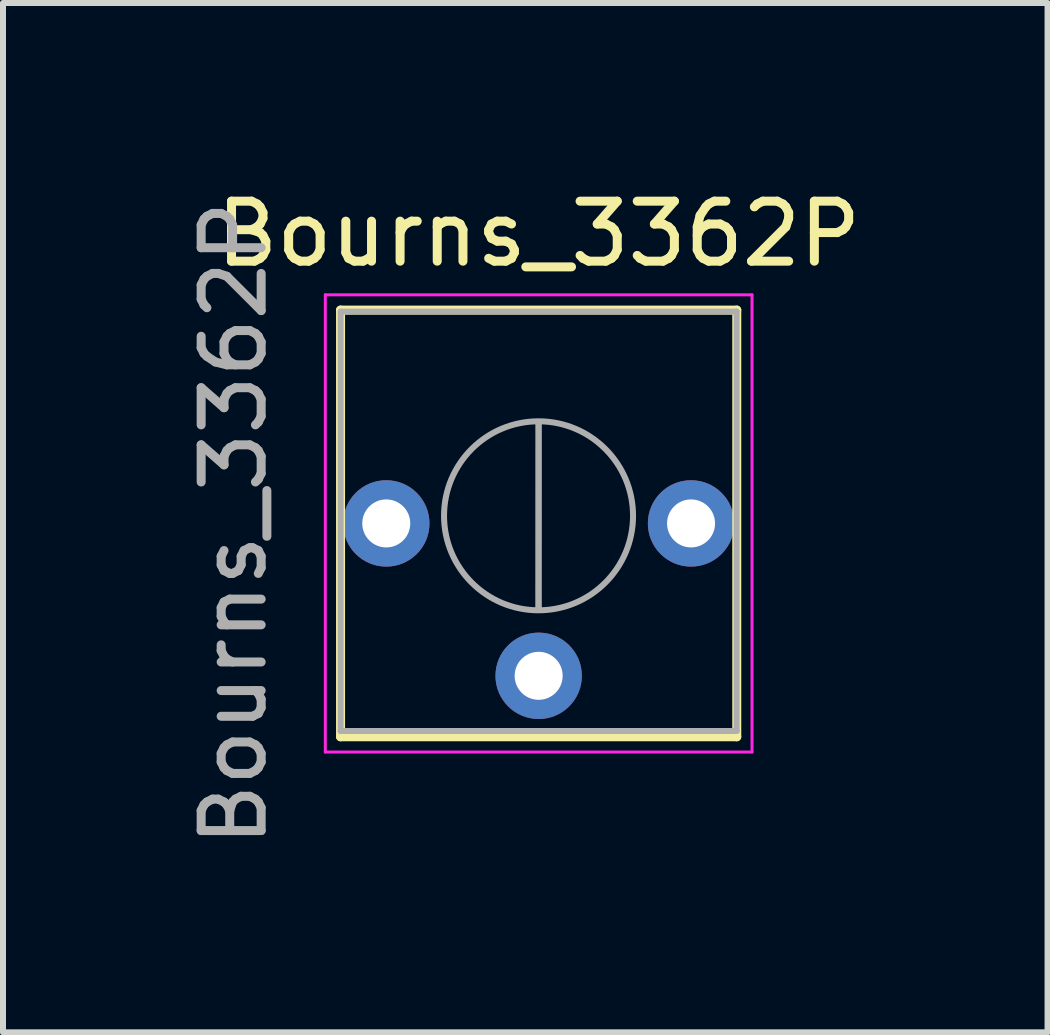
<source format=kicad_pcb>
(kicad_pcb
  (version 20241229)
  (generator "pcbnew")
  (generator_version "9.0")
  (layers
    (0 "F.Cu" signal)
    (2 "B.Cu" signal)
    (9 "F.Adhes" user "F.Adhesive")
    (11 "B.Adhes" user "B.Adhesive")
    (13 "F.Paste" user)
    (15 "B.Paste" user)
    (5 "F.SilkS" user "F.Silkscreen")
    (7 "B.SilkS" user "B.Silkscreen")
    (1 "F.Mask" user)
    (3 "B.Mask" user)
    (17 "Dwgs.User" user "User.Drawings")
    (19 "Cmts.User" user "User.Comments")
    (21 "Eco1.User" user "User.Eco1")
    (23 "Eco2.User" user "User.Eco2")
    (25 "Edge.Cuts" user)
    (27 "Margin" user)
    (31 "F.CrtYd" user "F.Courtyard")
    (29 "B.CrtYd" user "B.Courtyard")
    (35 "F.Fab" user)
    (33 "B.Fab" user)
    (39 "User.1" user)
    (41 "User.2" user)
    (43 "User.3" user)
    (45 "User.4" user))
  (footprint "Bourns_3362P"
    (layer "F.Cu")
    (at 5.928 5.674)
    (property "Reference" "Bourns_3362P" (at 0 -4.826 0) (layer "F.SilkS") (effects (font (size 1 1) (thickness 0.15))))
    (attr through_hole)
    (fp_line (start -3.302 -3.556) (end -3.302 3.556) (stroke (width 0.15) (type solid)) (layer "F.SilkS"))
    (fp_line (start -3.302 -3.556) (end 3.302 -3.556) (stroke (width 0.15) (type solid)) (layer "F.SilkS"))
    (fp_line (start -3.302 3.556) (end 3.302 3.556) (stroke (width 0.15) (type solid)) (layer "F.SilkS"))
    (fp_line (start 3.302 -3.556) (end 3.302 3.556) (stroke (width 0.15) (type solid)) (layer "F.SilkS"))
    (fp_line (start -3.556 -3.81) (end -3.556 3.81) (stroke (width 0.05) (type solid)) (layer "F.CrtYd"))
    (fp_line (start -3.556 3.81) (end 3.556 3.81) (stroke (width 0.05) (type solid)) (layer "F.CrtYd"))
    (fp_line (start 3.556 -3.81) (end -3.556 -3.81) (stroke (width 0.05) (type solid)) (layer "F.CrtYd"))
    (fp_line (start 3.556 3.81) (end 3.556 -3.81) (stroke (width 0.05) (type solid)) (layer "F.CrtYd"))
    (fp_line (start -3.3 -3.53) (end -3.3 3.46) (stroke (width 0.1) (type solid)) (layer "F.Fab"))
    (fp_line (start -3.3 3.46) (end 3.3 3.46) (stroke (width 0.1) (type solid)) (layer "F.Fab"))
    (fp_line (start -0.002 1.433) (end -0.001 -1.686) (stroke (width 0.1) (type solid)) (layer "F.Fab"))
    (fp_line (start -0.002 1.433) (end -0.001 -1.686) (stroke (width 0.1) (type solid)) (layer "F.Fab"))
    (fp_line (start 3.3 -3.53) (end -3.3 -3.53) (stroke (width 0.1) (type solid)) (layer "F.Fab"))
    (fp_line (start 3.3 3.46) (end 3.3 -3.53) (stroke (width 0.1) (type solid)) (layer "F.Fab"))
    (fp_circle (center -0.002 -0.127) (end 1.573 -0.127) (stroke (width 0.1) (type solid)) (fill no) (layer "F.Fab"))
    (fp_text user "${REFERENCE}" (at -5.08 0 90) (layer "F.Fab") (effects (font (size 1 1) (thickness 0.15))))
    (pad "1" thru_hole circle (at -2.54 0) (size 1.44 1.44) (drill 0.8) (layers "*.Cu" "*.Mask"))
    (pad "2" thru_hole circle (at 0 2.54) (size 1.44 1.44) (drill 0.8) (layers "*.Cu" "*.Mask"))
    (pad "3" thru_hole circle (at 2.54 0) (size 1.44 1.44) (drill 0.8) (layers "*.Cu" "*.Mask")))
  (gr_rect
    (start -3 -3)
    (end 14.41 14.156)
    (stroke (width 0.1) (type default))
    (fill no)
    (layer "Edge.Cuts")))
</source>
